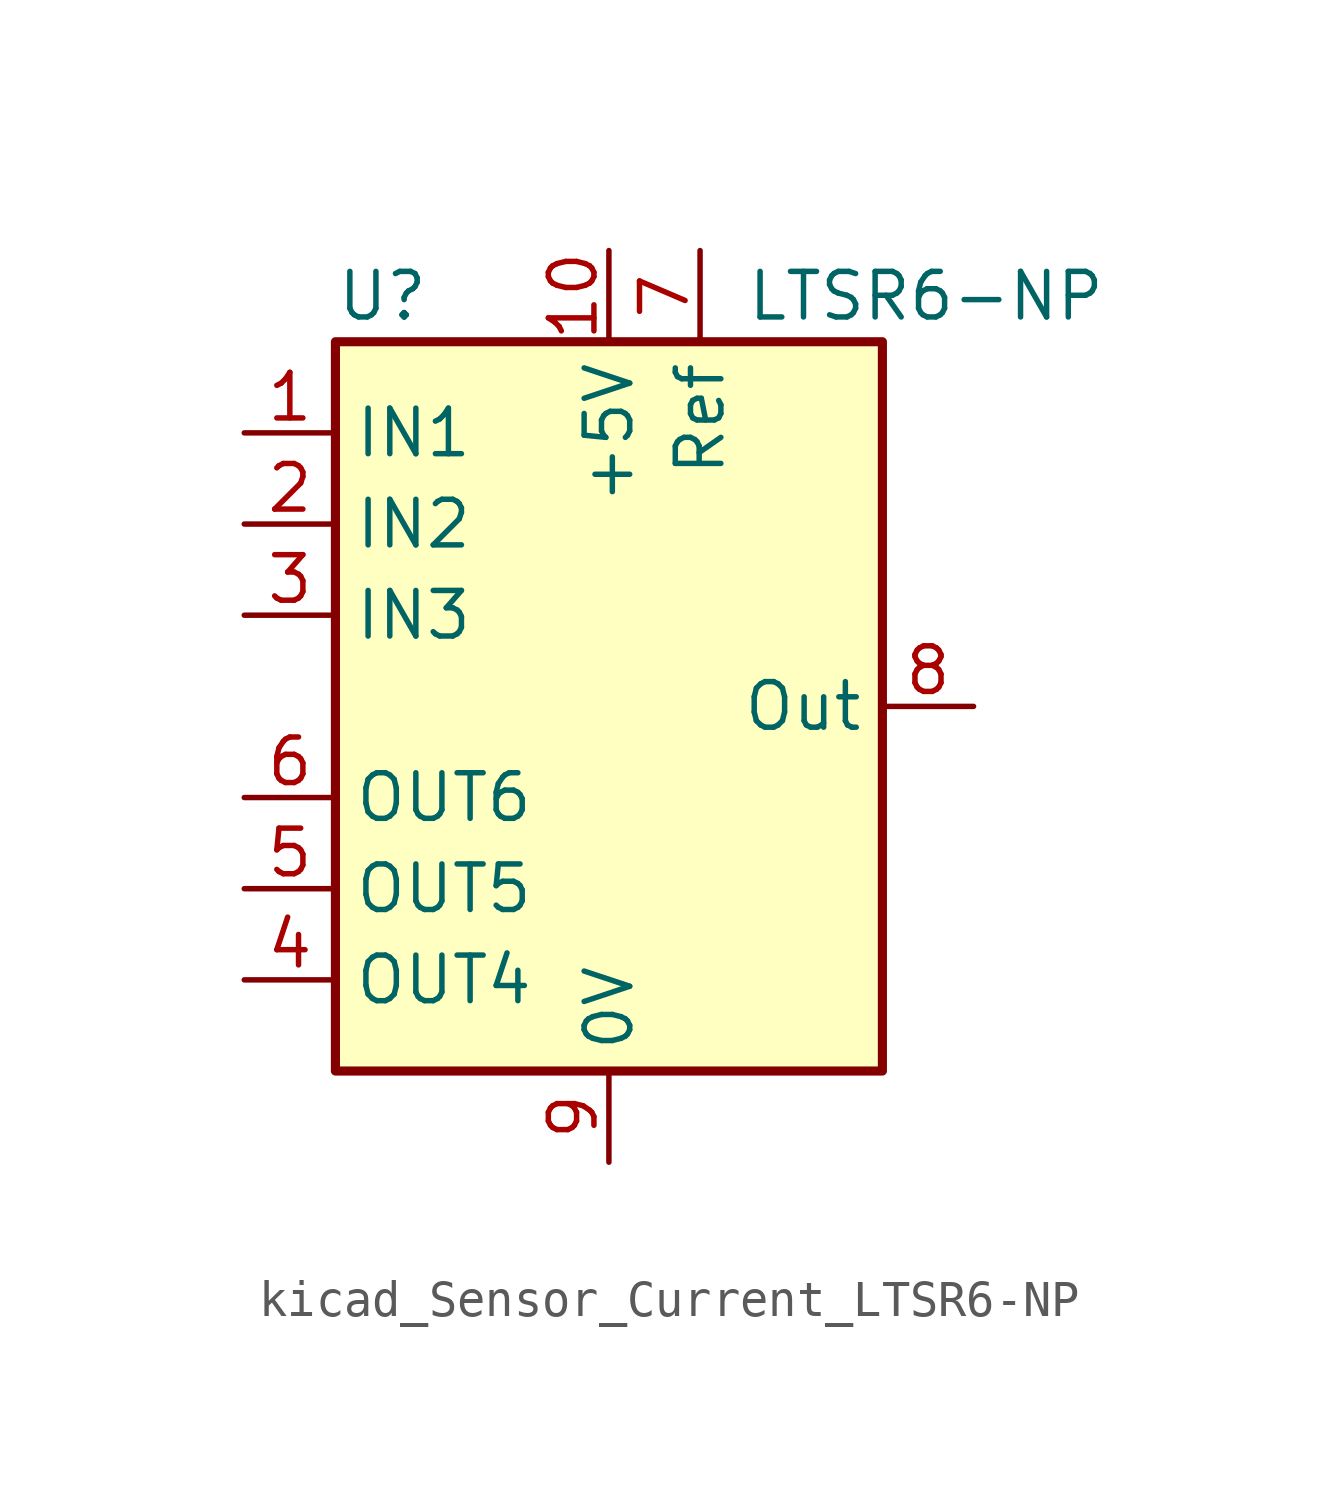
<source format=kicad_sym>
(kicad_symbol_lib
  (version 20220914)
  (generator kicad_symbol_editor)
  (symbol "kicad_Sensor_Current_LTSR6-NP"
    (property "Reference" "U"
      (at -7.62 11.43 0)
      (effects (font (size 1.27 1.27)) (justify left)))
    (property "Value" "LTSR6-NP"
      (at 3.81 11.43 0)
      (effects (font (size 1.27 1.27)) (justify left)))
    (symbol "kicad_Sensor_Current_LTSR6-NP_0_1"
      (rectangle (start -7.62 10.16) (end 7.62 -10.16) (stroke (width 0.254) (type default)) (fill (type background))))
    (symbol "kicad_Sensor_Current_LTSR6-NP_1_1"
      (pin passive line (at -10.16 7.62 0) (length 2.54) (name "IN1" (effects (font (size 1.27 1.27)))) (number "1" (effects (font (size 1.27 1.27)))))
      (pin power_in line (at 0 12.7 270) (length 2.54) (name "+5V" (effects (font (size 1.27 1.27)))) (number "10" (effects (font (size 1.27 1.27)))))
      (pin passive line (at -10.16 5.08 0) (length 2.54) (name "IN2" (effects (font (size 1.27 1.27)))) (number "2" (effects (font (size 1.27 1.27)))))
      (pin passive line (at -10.16 2.54 0) (length 2.54) (name "IN3" (effects (font (size 1.27 1.27)))) (number "3" (effects (font (size 1.27 1.27)))))
      (pin passive line (at -10.16 -7.62 0) (length 2.54) (name "OUT4" (effects (font (size 1.27 1.27)))) (number "4" (effects (font (size 1.27 1.27)))))
      (pin passive line (at -10.16 -5.08 0) (length 2.54) (name "OUT5" (effects (font (size 1.27 1.27)))) (number "5" (effects (font (size 1.27 1.27)))))
      (pin passive line (at -10.16 -2.54 0) (length 2.54) (name "OUT6" (effects (font (size 1.27 1.27)))) (number "6" (effects (font (size 1.27 1.27)))))
      (pin passive line (at 2.54 12.7 270) (length 2.54) (name "Ref" (effects (font (size 1.27 1.27)))) (number "7" (effects (font (size 1.27 1.27)))))
      (pin output line (at 10.16 0 180) (length 2.54) (name "Out" (effects (font (size 1.27 1.27)))) (number "8" (effects (font (size 1.27 1.27)))))
      (pin power_in line (at 0 -12.7 90) (length 2.54) (name "0V" (effects (font (size 1.27 1.27)))) (number "9" (effects (font (size 1.27 1.27))))))))
</source>
